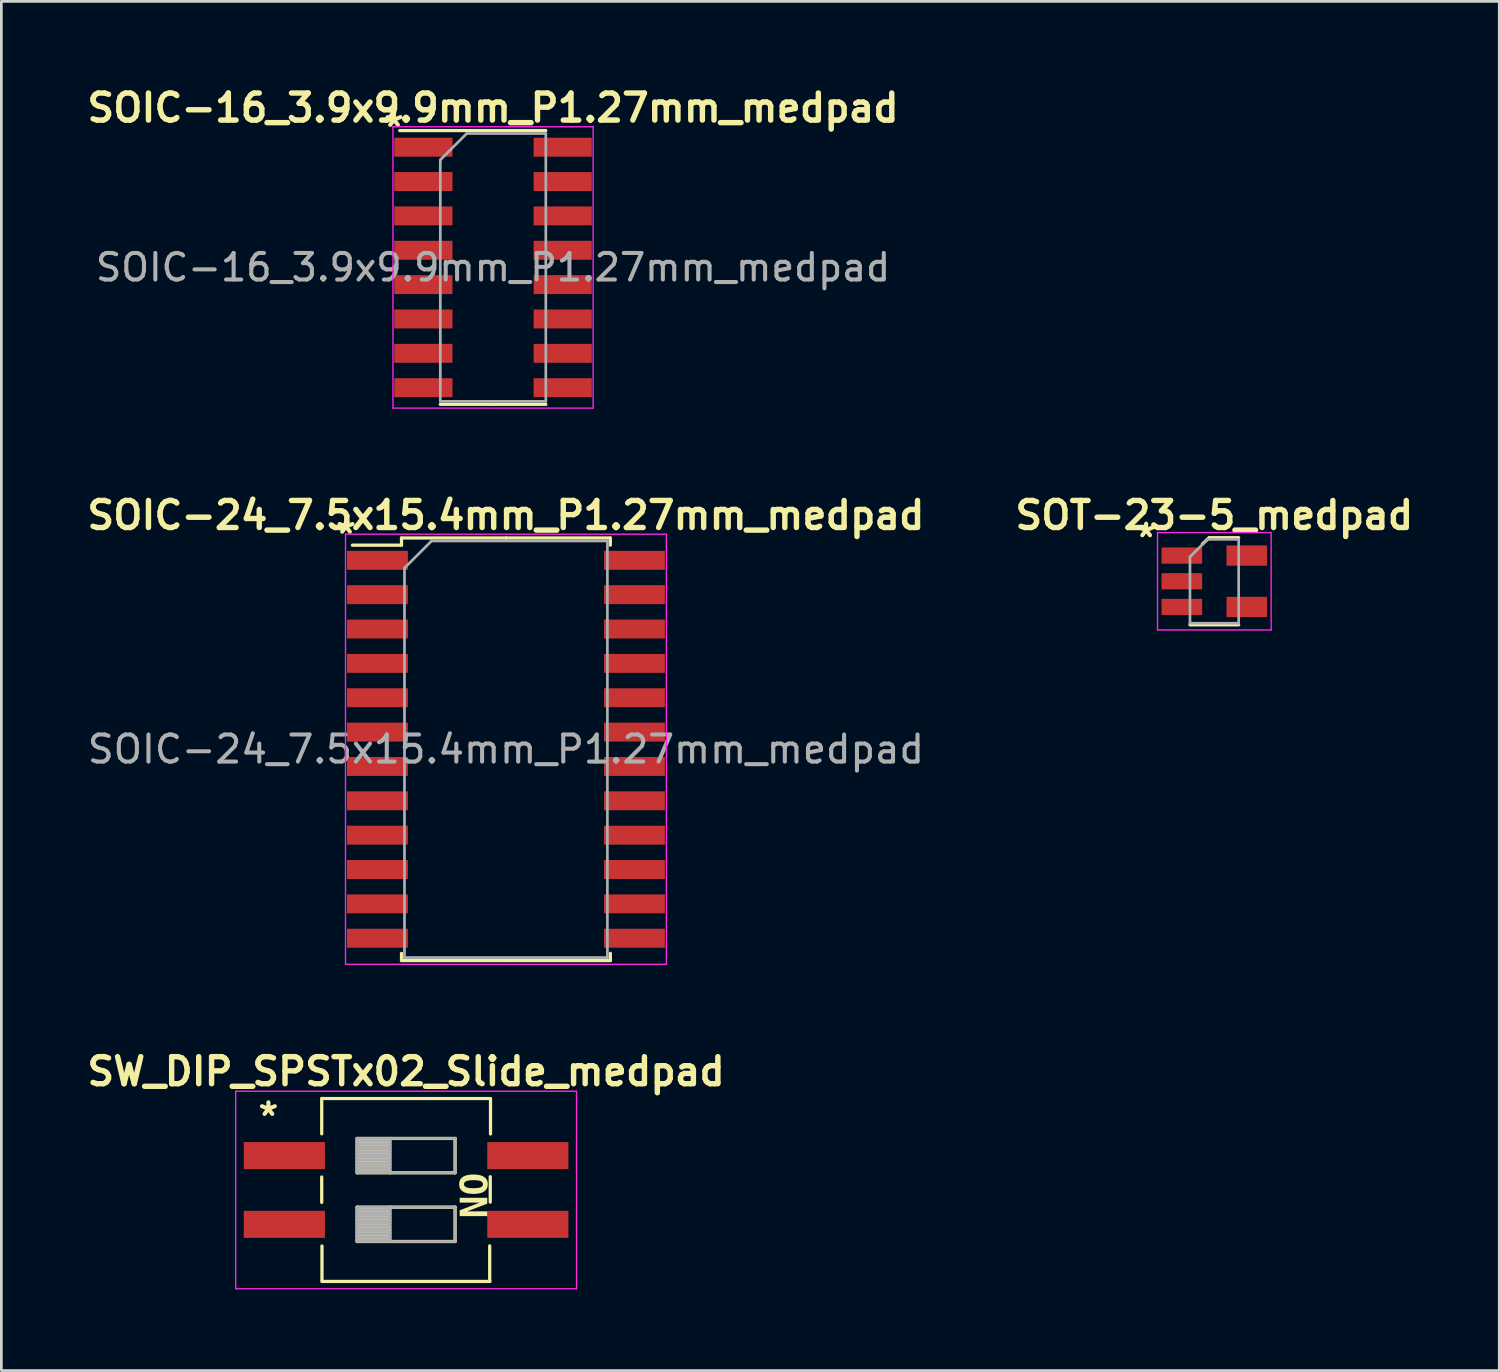
<source format=kicad_pcb>
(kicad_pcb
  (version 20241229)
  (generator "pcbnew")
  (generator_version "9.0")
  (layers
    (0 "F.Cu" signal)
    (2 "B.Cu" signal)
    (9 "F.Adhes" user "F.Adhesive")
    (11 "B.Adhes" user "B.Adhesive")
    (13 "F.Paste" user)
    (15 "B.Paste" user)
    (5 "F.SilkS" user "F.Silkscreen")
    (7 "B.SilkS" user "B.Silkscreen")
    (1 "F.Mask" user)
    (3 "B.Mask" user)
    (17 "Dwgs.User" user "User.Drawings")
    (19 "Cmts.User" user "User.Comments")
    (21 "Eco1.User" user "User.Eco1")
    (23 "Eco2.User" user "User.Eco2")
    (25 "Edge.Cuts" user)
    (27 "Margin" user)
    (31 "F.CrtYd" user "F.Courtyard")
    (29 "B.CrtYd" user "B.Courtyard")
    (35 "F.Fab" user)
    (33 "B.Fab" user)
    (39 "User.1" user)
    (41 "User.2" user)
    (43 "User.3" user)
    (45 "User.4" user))
  (footprint "SW_DIP_SPSTx02_Slide_medpad"
    (layer "F.Cu")
    (at 11.962 40.938)
    (property "Reference" "SW_DIP_SPSTx02_Slide_medpad" (at 0 -4.38 0) (layer "F.SilkS") (effects (font (size 1 1) (thickness 0.2) (bold yes))))
    (attr smd)
    (fp_line (start -3.12 -3.385) (end -3.12 -2.075) (stroke (width 0.12) (type solid)) (layer "F.SilkS"))
    (fp_line (start -3.12 -0.48) (end -3.12 0.46) (stroke (width 0.12) (type solid)) (layer "F.SilkS"))
    (fp_line (start -3.11 2.07) (end -3.11 3.38) (stroke (width 0.12) (type solid)) (layer "F.SilkS"))
    (fp_line (start -3.1 -3.38) (end 3.1 -3.38) (stroke (width 0.12) (type solid)) (layer "F.SilkS"))
    (fp_line (start -3.1 3.38) (end 3.1 3.38) (stroke (width 0.12) (type solid)) (layer "F.SilkS"))
    (fp_line (start -1.81 -1.905) (end -1.81 -0.635) (stroke (width 0.12) (type solid)) (layer "F.SilkS"))
    (fp_line (start -1.81 -1.785) (end -0.603 -1.785) (stroke (width 0.12) (type solid)) (layer "F.SilkS"))
    (fp_line (start -1.81 -1.665) (end -0.603 -1.665) (stroke (width 0.12) (type solid)) (layer "F.SilkS"))
    (fp_line (start -1.81 -1.545) (end -0.603 -1.545) (stroke (width 0.12) (type solid)) (layer "F.SilkS"))
    (fp_line (start -1.81 -1.425) (end -0.603 -1.425) (stroke (width 0.12) (type solid)) (layer "F.SilkS"))
    (fp_line (start -1.81 -1.305) (end -0.603 -1.305) (stroke (width 0.12) (type solid)) (layer "F.SilkS"))
    (fp_line (start -1.81 -1.185) (end -0.603 -1.185) (stroke (width 0.12) (type solid)) (layer "F.SilkS"))
    (fp_line (start -1.81 -1.065) (end -0.603 -1.065) (stroke (width 0.12) (type solid)) (layer "F.SilkS"))
    (fp_line (start -1.81 -0.945) (end -0.603 -0.945) (stroke (width 0.12) (type solid)) (layer "F.SilkS"))
    (fp_line (start -1.81 -0.825) (end -0.603 -0.825) (stroke (width 0.12) (type solid)) (layer "F.SilkS"))
    (fp_line (start -1.81 -0.705) (end -0.603 -0.705) (stroke (width 0.12) (type solid)) (layer "F.SilkS"))
    (fp_line (start -1.81 -0.635) (end 1.81 -0.635) (stroke (width 0.12) (type solid)) (layer "F.SilkS"))
    (fp_line (start -1.81 0.635) (end -1.81 1.905) (stroke (width 0.12) (type solid)) (layer "F.SilkS"))
    (fp_line (start -1.81 0.755) (end -0.603 0.755) (stroke (width 0.12) (type solid)) (layer "F.SilkS"))
    (fp_line (start -1.81 0.875) (end -0.603 0.875) (stroke (width 0.12) (type solid)) (layer "F.SilkS"))
    (fp_line (start -1.81 0.995) (end -0.603 0.995) (stroke (width 0.12) (type solid)) (layer "F.SilkS"))
    (fp_line (start -1.81 1.115) (end -0.603 1.115) (stroke (width 0.12) (type solid)) (layer "F.SilkS"))
    (fp_line (start -1.81 1.235) (end -0.603 1.235) (stroke (width 0.12) (type solid)) (layer "F.SilkS"))
    (fp_line (start -1.81 1.355) (end -0.603 1.355) (stroke (width 0.12) (type solid)) (layer "F.SilkS"))
    (fp_line (start -1.81 1.475) (end -0.603 1.475) (stroke (width 0.12) (type solid)) (layer "F.SilkS"))
    (fp_line (start -1.81 1.595) (end -0.603 1.595) (stroke (width 0.12) (type solid)) (layer "F.SilkS"))
    (fp_line (start -1.81 1.715) (end -0.603 1.715) (stroke (width 0.12) (type solid)) (layer "F.SilkS"))
    (fp_line (start -1.81 1.835) (end -0.603 1.835) (stroke (width 0.12) (type solid)) (layer "F.SilkS"))
    (fp_line (start -1.81 1.905) (end 1.81 1.905) (stroke (width 0.12) (type solid)) (layer "F.SilkS"))
    (fp_line (start -0.603 -1.905) (end -0.603 -0.635) (stroke (width 0.12) (type solid)) (layer "F.SilkS"))
    (fp_line (start -0.603 0.635) (end -0.603 1.905) (stroke (width 0.12) (type solid)) (layer "F.SilkS"))
    (fp_line (start 1.81 -1.905) (end -1.81 -1.905) (stroke (width 0.12) (type solid)) (layer "F.SilkS"))
    (fp_line (start 1.81 -0.635) (end 1.81 -1.905) (stroke (width 0.12) (type solid)) (layer "F.SilkS"))
    (fp_line (start 1.81 0.635) (end -1.81 0.635) (stroke (width 0.12) (type solid)) (layer "F.SilkS"))
    (fp_line (start 1.81 1.905) (end 1.81 0.635) (stroke (width 0.12) (type solid)) (layer "F.SilkS"))
    (fp_line (start 3.09 2.065) (end 3.09 3.375) (stroke (width 0.12) (type solid)) (layer "F.SilkS"))
    (fp_line (start 3.11 -0.49) (end 3.11 0.45) (stroke (width 0.12) (type solid)) (layer "F.SilkS"))
    (fp_line (start 3.12 -3.38) (end 3.12 -2.07) (stroke (width 0.12) (type solid)) (layer "F.SilkS"))
    (fp_line (start -6.3 -3.65) (end -6.3 3.65) (stroke (width 0.05) (type solid)) (layer "F.CrtYd"))
    (fp_line (start -6.3 3.65) (end 6.3 3.65) (stroke (width 0.05) (type solid)) (layer "F.CrtYd"))
    (fp_line (start 6.3 -3.65) (end -6.3 -3.65) (stroke (width 0.05) (type solid)) (layer "F.CrtYd"))
    (fp_line (start 6.3 3.65) (end 6.3 -3.65) (stroke (width 0.05) (type solid)) (layer "F.CrtYd"))
    (fp_line (start -1.81 -1.905) (end -1.81 -0.635) (stroke (width 0.1) (type solid)) (layer "F.Fab"))
    (fp_line (start -1.81 -1.805) (end -0.603 -1.805) (stroke (width 0.1) (type solid)) (layer "F.Fab"))
    (fp_line (start -1.81 -1.705) (end -0.603 -1.705) (stroke (width 0.1) (type solid)) (layer "F.Fab"))
    (fp_line (start -1.81 -1.605) (end -0.603 -1.605) (stroke (width 0.1) (type solid)) (layer "F.Fab"))
    (fp_line (start -1.81 -1.505) (end -0.603 -1.505) (stroke (width 0.1) (type solid)) (layer "F.Fab"))
    (fp_line (start -1.81 -1.405) (end -0.603 -1.405) (stroke (width 0.1) (type solid)) (layer "F.Fab"))
    (fp_line (start -1.81 -1.305) (end -0.603 -1.305) (stroke (width 0.1) (type solid)) (layer "F.Fab"))
    (fp_line (start -1.81 -1.205) (end -0.603 -1.205) (stroke (width 0.1) (type solid)) (layer "F.Fab"))
    (fp_line (start -1.81 -1.105) (end -0.603 -1.105) (stroke (width 0.1) (type solid)) (layer "F.Fab"))
    (fp_line (start -1.81 -1.005) (end -0.603 -1.005) (stroke (width 0.1) (type solid)) (layer "F.Fab"))
    (fp_line (start -1.81 -0.905) (end -0.603 -0.905) (stroke (width 0.1) (type solid)) (layer "F.Fab"))
    (fp_line (start -1.81 -0.805) (end -0.603 -0.805) (stroke (width 0.1) (type solid)) (layer "F.Fab"))
    (fp_line (start -1.81 -0.705) (end -0.603 -0.705) (stroke (width 0.1) (type solid)) (layer "F.Fab"))
    (fp_line (start -1.81 -0.635) (end 1.81 -0.635) (stroke (width 0.1) (type solid)) (layer "F.Fab"))
    (fp_line (start -1.81 0.635) (end -1.81 1.905) (stroke (width 0.1) (type solid)) (layer "F.Fab"))
    (fp_line (start -1.81 0.735) (end -0.603 0.735) (stroke (width 0.1) (type solid)) (layer "F.Fab"))
    (fp_line (start -1.81 0.835) (end -0.603 0.835) (stroke (width 0.1) (type solid)) (layer "F.Fab"))
    (fp_line (start -1.81 0.935) (end -0.603 0.935) (stroke (width 0.1) (type solid)) (layer "F.Fab"))
    (fp_line (start -1.81 1.035) (end -0.603 1.035) (stroke (width 0.1) (type solid)) (layer "F.Fab"))
    (fp_line (start -1.81 1.135) (end -0.603 1.135) (stroke (width 0.1) (type solid)) (layer "F.Fab"))
    (fp_line (start -1.81 1.235) (end -0.603 1.235) (stroke (width 0.1) (type solid)) (layer "F.Fab"))
    (fp_line (start -1.81 1.335) (end -0.603 1.335) (stroke (width 0.1) (type solid)) (layer "F.Fab"))
    (fp_line (start -1.81 1.435) (end -0.603 1.435) (stroke (width 0.1) (type solid)) (layer "F.Fab"))
    (fp_line (start -1.81 1.535) (end -0.603 1.535) (stroke (width 0.1) (type solid)) (layer "F.Fab"))
    (fp_line (start -1.81 1.635) (end -0.603 1.635) (stroke (width 0.1) (type solid)) (layer "F.Fab"))
    (fp_line (start -1.81 1.735) (end -0.603 1.735) (stroke (width 0.1) (type solid)) (layer "F.Fab"))
    (fp_line (start -1.81 1.835) (end -0.603 1.835) (stroke (width 0.1) (type solid)) (layer "F.Fab"))
    (fp_line (start -1.81 1.905) (end 1.81 1.905) (stroke (width 0.1) (type solid)) (layer "F.Fab"))
    (fp_line (start -0.603 -1.905) (end -0.603 -0.635) (stroke (width 0.1) (type solid)) (layer "F.Fab"))
    (fp_line (start -0.603 0.635) (end -0.603 1.905) (stroke (width 0.1) (type solid)) (layer "F.Fab"))
    (fp_line (start 1.81 -1.905) (end -1.81 -1.905) (stroke (width 0.1) (type solid)) (layer "F.Fab"))
    (fp_line (start 1.81 -0.635) (end 1.81 -1.905) (stroke (width 0.1) (type solid)) (layer "F.Fab"))
    (fp_line (start 1.81 0.635) (end -1.81 0.635) (stroke (width 0.1) (type solid)) (layer "F.Fab"))
    (fp_line (start 1.81 1.905) (end 1.81 0.635) (stroke (width 0.1) (type solid)) (layer "F.Fab"))
    (fp_text user "ON" (at 1.81 -0.635 270) (unlocked yes) (layer "F.SilkS") (effects (font (face "Courier New") (size 1 1) (thickness 0.2) (bold yes)) (justify left bottom)))
    (fp_text user "*" (at -5.57 -2.11 0) (unlocked yes) (layer "F.SilkS") (effects (font (size 1 1) (thickness 0.15)) (justify left bottom)))
    (pad "1" smd rect (at -4.5 -1.27) (size 3 1) (layers "F.Cu" "F.Mask" "F.Paste"))
    (pad "2" smd rect (at -4.5 1.27) (size 3 1) (layers "F.Cu" "F.Mask" "F.Paste"))
    (pad "3" smd rect (at 4.5 1.27) (size 3 1) (layers "F.Cu" "F.Mask" "F.Paste"))
    (pad "4" smd rect (at 4.5 -1.27) (size 3 1) (layers "F.Cu" "F.Mask" "F.Paste")))
  (footprint "SOIC-16_3.9x9.9mm_P1.27mm_medpad"
    (layer "F.Cu")
    (at 15.176 6.836)
    (property "Reference" "SOIC-16_3.9x9.9mm_P1.27mm_medpad" (at 0 -5.9 0) (layer "F.SilkS") (effects (font (size 1 1) (thickness 0.2) (bold yes))))
    (attr smd)
    (fp_line (start 0 -5.06) (end -3.45 -5.06) (stroke (width 0.12) (type solid)) (layer "F.SilkS"))
    (fp_line (start 0 -5.06) (end 1.95 -5.06) (stroke (width 0.12) (type solid)) (layer "F.SilkS"))
    (fp_line (start 0 5.06) (end -1.95 5.06) (stroke (width 0.12) (type solid)) (layer "F.SilkS"))
    (fp_line (start 0 5.06) (end 1.95 5.06) (stroke (width 0.12) (type solid)) (layer "F.SilkS"))
    (fp_line (start -3.7 -5.2) (end -3.7 5.2) (stroke (width 0.05) (type solid)) (layer "F.CrtYd"))
    (fp_line (start -3.7 5.2) (end 3.7 5.2) (stroke (width 0.05) (type solid)) (layer "F.CrtYd"))
    (fp_line (start 3.7 -5.2) (end -3.7 -5.2) (stroke (width 0.05) (type solid)) (layer "F.CrtYd"))
    (fp_line (start 3.7 5.2) (end 3.7 -5.2) (stroke (width 0.05) (type solid)) (layer "F.CrtYd"))
    (fp_line (start -1.95 -3.975) (end -0.975 -4.95) (stroke (width 0.1) (type solid)) (layer "F.Fab"))
    (fp_line (start -1.95 4.95) (end -1.95 -3.975) (stroke (width 0.1) (type solid)) (layer "F.Fab"))
    (fp_line (start -0.975 -4.95) (end 1.95 -4.95) (stroke (width 0.1) (type solid)) (layer "F.Fab"))
    (fp_line (start 1.95 -4.95) (end 1.95 4.95) (stroke (width 0.1) (type solid)) (layer "F.Fab"))
    (fp_line (start 1.95 4.95) (end -1.95 4.95) (stroke (width 0.1) (type solid)) (layer "F.Fab"))
    (fp_text user "*" (at -4.14 -4.57 0) (unlocked yes) (layer "F.SilkS") (effects (font (size 1 1) (thickness 0.15)) (justify left bottom)))
    (fp_text user "${REFERENCE}" (at 0 0 0) (layer "F.Fab") (effects (font (size 0.98 0.98) (thickness 0.15))))
    (pad "1" smd rect (at -2.575 -4.445) (size 2.15 0.7) (layers "F.Cu" "F.Mask" "F.Paste"))
    (pad "2" smd rect (at -2.575 -3.175) (size 2.15 0.7) (layers "F.Cu" "F.Mask" "F.Paste"))
    (pad "3" smd rect (at -2.575 -1.905) (size 2.15 0.7) (layers "F.Cu" "F.Mask" "F.Paste"))
    (pad "4" smd rect (at -2.575 -0.635) (size 2.15 0.7) (layers "F.Cu" "F.Mask" "F.Paste"))
    (pad "5" smd rect (at -2.575 0.635) (size 2.15 0.7) (layers "F.Cu" "F.Mask" "F.Paste"))
    (pad "6" smd rect (at -2.575 1.905) (size 2.15 0.7) (layers "F.Cu" "F.Mask" "F.Paste"))
    (pad "7" smd rect (at -2.575 3.175) (size 2.15 0.7) (layers "F.Cu" "F.Mask" "F.Paste"))
    (pad "8" smd rect (at -2.575 4.445) (size 2.15 0.7) (layers "F.Cu" "F.Mask" "F.Paste"))
    (pad "9" smd rect (at 2.575 4.445) (size 2.15 0.7) (layers "F.Cu" "F.Mask" "F.Paste"))
    (pad "10" smd rect (at 2.575 3.175) (size 2.15 0.7) (layers "F.Cu" "F.Mask" "F.Paste"))
    (pad "11" smd rect (at 2.575 1.905) (size 2.15 0.7) (layers "F.Cu" "F.Mask" "F.Paste"))
    (pad "12" smd rect (at 2.575 0.635) (size 2.15 0.7) (layers "F.Cu" "F.Mask" "F.Paste"))
    (pad "13" smd rect (at 2.575 -0.635) (size 2.15 0.7) (layers "F.Cu" "F.Mask" "F.Paste"))
    (pad "14" smd rect (at 2.575 -1.905) (size 2.15 0.7) (layers "F.Cu" "F.Mask" "F.Paste"))
    (pad "15" smd rect (at 2.575 -3.175) (size 2.15 0.7) (layers "F.Cu" "F.Mask" "F.Paste"))
    (pad "16" smd rect (at 2.575 -4.445) (size 2.15 0.7) (layers "F.Cu" "F.Mask" "F.Paste")))
  (footprint "SOT-23-5_medpad"
    (layer "F.Cu")
    (at 41.838 18.437)
    (property "Reference" "SOT-23-5_medpad" (at 0 -2.44 0) (layer "F.SilkS") (effects (font (size 1 1) (thickness 0.2) (bold yes))))
    (attr smd)
    (fp_line (start -0.9 1.61) (end 0.9 1.61) (stroke (width 0.12) (type solid)) (layer "F.SilkS"))
    (fp_line (start -0.44 -1.38) (end -0.19 -1.61) (stroke (width 0.12) (type solid)) (layer "F.SilkS"))
    (fp_line (start 0.9 -1.61) (end -0.19 -1.61) (stroke (width 0.12) (type solid)) (layer "F.SilkS"))
    (fp_line (start -2.1 -1.8) (end 2.1 -1.8) (stroke (width 0.05) (type solid)) (layer "F.CrtYd"))
    (fp_line (start -2.1 1.8) (end -2.1 -1.8) (stroke (width 0.05) (type solid)) (layer "F.CrtYd"))
    (fp_line (start 2.1 -1.8) (end 2.1 1.8) (stroke (width 0.05) (type solid)) (layer "F.CrtYd"))
    (fp_line (start 2.1 1.8) (end -2.1 1.8) (stroke (width 0.05) (type solid)) (layer "F.CrtYd"))
    (fp_line (start -0.9 -0.9) (end -0.9 1.55) (stroke (width 0.1) (type solid)) (layer "F.Fab"))
    (fp_line (start -0.9 -0.9) (end -0.25 -1.55) (stroke (width 0.1) (type solid)) (layer "F.Fab"))
    (fp_line (start 0.9 -1.55) (end -0.25 -1.55) (stroke (width 0.1) (type solid)) (layer "F.Fab"))
    (fp_line (start 0.9 -1.55) (end 0.9 1.55) (stroke (width 0.1) (type solid)) (layer "F.Fab"))
    (fp_line (start 0.9 1.55) (end -0.9 1.55) (stroke (width 0.1) (type solid)) (layer "F.Fab"))
    (fp_text user "*" (at -3 -1 0) (unlocked yes) (layer "F.SilkS") (effects (font (size 1 1) (thickness 0.15)) (justify left bottom)))
    (pad "1" smd rect (at -1.2 -0.95) (size 1.5 0.6) (layers "F.Cu" "F.Mask" "F.Paste"))
    (pad "2" smd rect (at -1.2 0) (size 1.5 0.6) (layers "F.Cu" "F.Mask" "F.Paste"))
    (pad "3" smd rect (at -1.2 0.95) (size 1.5 0.6) (layers "F.Cu" "F.Mask" "F.Paste"))
    (pad "4" smd rect (at 1.2 0.95) (size 1.5 0.75) (layers "F.Cu" "F.Mask" "F.Paste"))
    (pad "5" smd rect (at 1.2 -0.95) (size 1.5 0.75) (layers "F.Cu" "F.Mask" "F.Paste")))
  (footprint "SOIC-24_7.5x15.4mm_P1.27mm_medpad"
    (layer "F.Cu")
    (at 15.652 24.647)
    (property "Reference" "SOIC-24_7.5x15.4mm_P1.27mm_medpad" (at 0 -8.65 0) (layer "F.SilkS") (effects (font (size 1 1) (thickness 0.2) (bold yes))))
    (attr smd)
    (fp_line (start -3.86 -7.81) (end -3.86 -7.545) (stroke (width 0.12) (type solid)) (layer "F.SilkS"))
    (fp_line (start -3.86 -7.545) (end -5.675 -7.545) (stroke (width 0.12) (type solid)) (layer "F.SilkS"))
    (fp_line (start -3.86 7.81) (end -3.86 7.545) (stroke (width 0.12) (type solid)) (layer "F.SilkS"))
    (fp_line (start 0 -7.81) (end -3.86 -7.81) (stroke (width 0.12) (type solid)) (layer "F.SilkS"))
    (fp_line (start 0 -7.81) (end 3.86 -7.81) (stroke (width 0.12) (type solid)) (layer "F.SilkS"))
    (fp_line (start 0 7.81) (end -3.86 7.81) (stroke (width 0.12) (type solid)) (layer "F.SilkS"))
    (fp_line (start 0 7.81) (end 3.86 7.81) (stroke (width 0.12) (type solid)) (layer "F.SilkS"))
    (fp_line (start 3.86 -7.81) (end 3.86 -7.545) (stroke (width 0.12) (type solid)) (layer "F.SilkS"))
    (fp_line (start 3.86 7.81) (end 3.86 7.545) (stroke (width 0.12) (type solid)) (layer "F.SilkS"))
    (fp_line (start -5.93 -7.95) (end -5.93 7.95) (stroke (width 0.05) (type solid)) (layer "F.CrtYd"))
    (fp_line (start -5.93 7.95) (end 5.93 7.95) (stroke (width 0.05) (type solid)) (layer "F.CrtYd"))
    (fp_line (start 5.93 -7.95) (end -5.93 -7.95) (stroke (width 0.05) (type solid)) (layer "F.CrtYd"))
    (fp_line (start 5.93 7.95) (end 5.93 -7.95) (stroke (width 0.05) (type solid)) (layer "F.CrtYd"))
    (fp_line (start -3.75 -6.7) (end -2.75 -7.7) (stroke (width 0.1) (type solid)) (layer "F.Fab"))
    (fp_line (start -3.75 7.7) (end -3.75 -6.7) (stroke (width 0.1) (type solid)) (layer "F.Fab"))
    (fp_line (start -2.75 -7.7) (end 3.75 -7.7) (stroke (width 0.1) (type solid)) (layer "F.Fab"))
    (fp_line (start 3.75 -7.7) (end 3.75 7.7) (stroke (width 0.1) (type solid)) (layer "F.Fab"))
    (fp_line (start 3.75 7.7) (end -3.75 7.7) (stroke (width 0.1) (type solid)) (layer "F.Fab"))
    (fp_text user "*" (at -6.39 -7.34 0) (unlocked yes) (layer "F.SilkS") (effects (font (size 1 1) (thickness 0.15)) (justify left bottom)))
    (fp_text user "${REFERENCE}" (at 0 0 0) (layer "F.Fab") (effects (font (size 1 1) (thickness 0.15))))
    (pad "1" smd rect (at -4.75 -6.985) (size 2.25 0.7) (layers "F.Cu" "F.Mask" "F.Paste"))
    (pad "2" smd rect (at -4.75 -5.715) (size 2.25 0.7) (layers "F.Cu" "F.Mask" "F.Paste"))
    (pad "3" smd rect (at -4.75 -4.445) (size 2.25 0.7) (layers "F.Cu" "F.Mask" "F.Paste"))
    (pad "4" smd rect (at -4.75 -3.175) (size 2.25 0.7) (layers "F.Cu" "F.Mask" "F.Paste"))
    (pad "5" smd rect (at -4.75 -1.905) (size 2.25 0.7) (layers "F.Cu" "F.Mask" "F.Paste"))
    (pad "6" smd rect (at -4.75 -0.635) (size 2.25 0.7) (layers "F.Cu" "F.Mask" "F.Paste"))
    (pad "7" smd rect (at -4.75 0.635) (size 2.25 0.7) (layers "F.Cu" "F.Mask" "F.Paste"))
    (pad "8" smd rect (at -4.75 1.905) (size 2.25 0.7) (layers "F.Cu" "F.Mask" "F.Paste"))
    (pad "9" smd rect (at -4.75 3.175) (size 2.25 0.7) (layers "F.Cu" "F.Mask" "F.Paste"))
    (pad "10" smd rect (at -4.75 4.445) (size 2.25 0.7) (layers "F.Cu" "F.Mask" "F.Paste"))
    (pad "11" smd rect (at -4.75 5.715) (size 2.25 0.7) (layers "F.Cu" "F.Mask" "F.Paste"))
    (pad "12" smd rect (at -4.75 6.985) (size 2.25 0.7) (layers "F.Cu" "F.Mask" "F.Paste"))
    (pad "13" smd rect (at 4.75 6.985) (size 2.25 0.7) (layers "F.Cu" "F.Mask" "F.Paste"))
    (pad "14" smd rect (at 4.75 5.715) (size 2.25 0.7) (layers "F.Cu" "F.Mask" "F.Paste"))
    (pad "15" smd rect (at 4.75 4.445) (size 2.25 0.7) (layers "F.Cu" "F.Mask" "F.Paste"))
    (pad "16" smd rect (at 4.75 3.175) (size 2.25 0.7) (layers "F.Cu" "F.Mask" "F.Paste"))
    (pad "17" smd rect (at 4.75 1.905) (size 2.25 0.7) (layers "F.Cu" "F.Mask" "F.Paste"))
    (pad "18" smd rect (at 4.75 0.635) (size 2.25 0.7) (layers "F.Cu" "F.Mask" "F.Paste"))
    (pad "19" smd rect (at 4.75 -0.635) (size 2.25 0.7) (layers "F.Cu" "F.Mask" "F.Paste"))
    (pad "20" smd rect (at 4.75 -1.905) (size 2.25 0.7) (layers "F.Cu" "F.Mask" "F.Paste"))
    (pad "21" smd rect (at 4.75 -3.175) (size 2.25 0.7) (layers "F.Cu" "F.Mask" "F.Paste"))
    (pad "22" smd rect (at 4.75 -4.445) (size 2.25 0.7) (layers "F.Cu" "F.Mask" "F.Paste"))
    (pad "23" smd rect (at 4.75 -5.715) (size 2.25 0.7) (layers "F.Cu" "F.Mask" "F.Paste"))
    (pad "24" smd rect (at 4.75 -6.985) (size 2.25 0.7) (layers "F.Cu" "F.Mask" "F.Paste")))
  (gr_rect
    (start -3 -3)
    (end 52.371 47.613)
    (stroke (width 0.1) (type default))
    (fill no)
    (layer "Edge.Cuts")))
</source>
